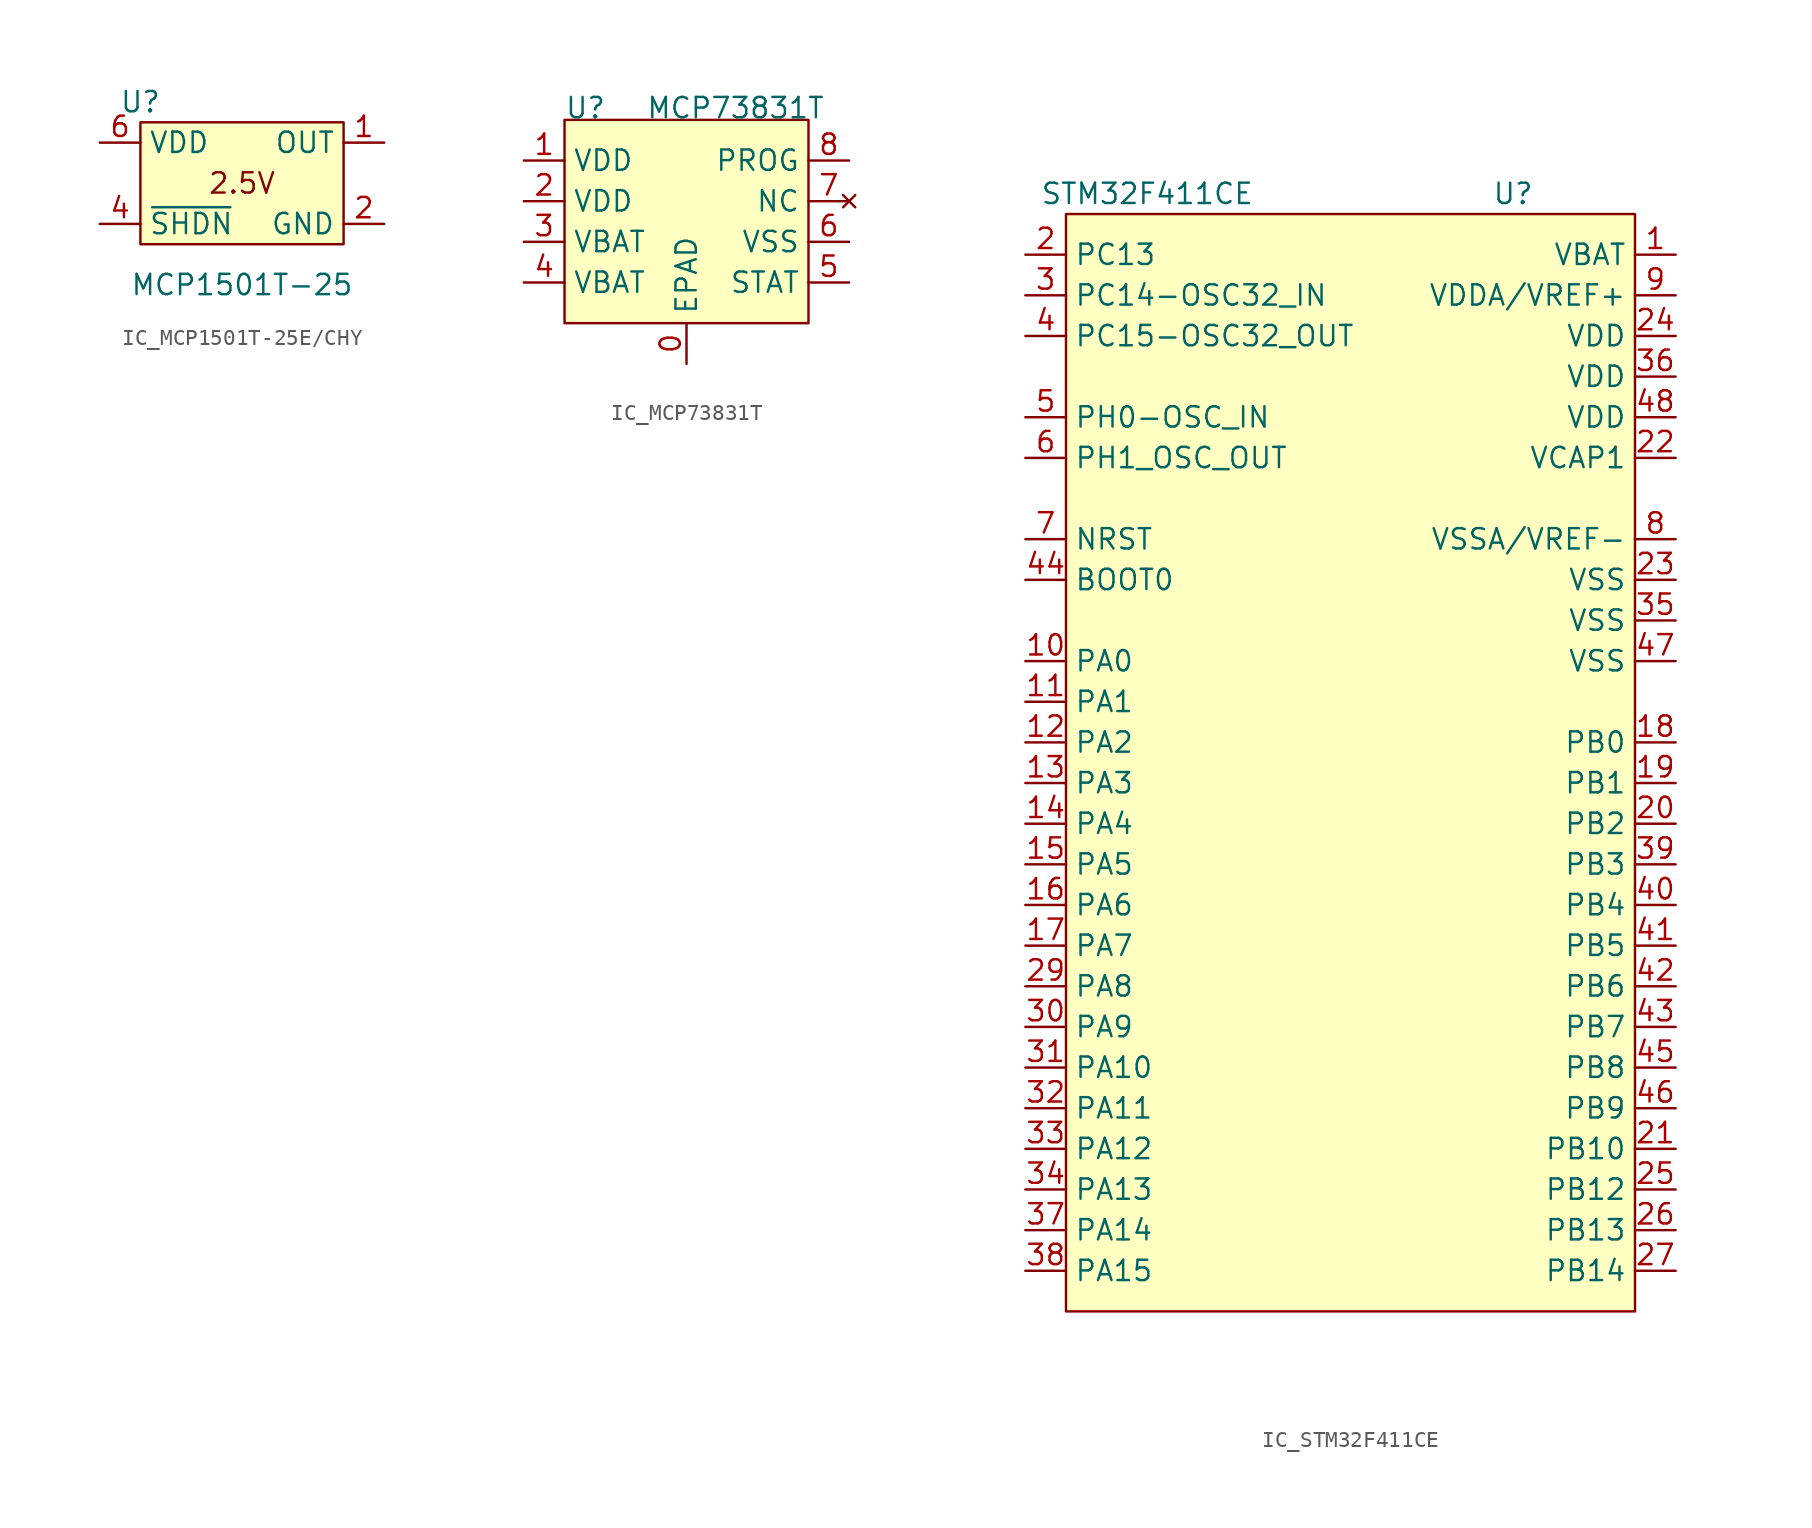
<source format=kicad_sym>
(kicad_symbol_lib
  (version 20220914)
  (generator kicad_symbol_editor)
  (symbol "IC_MCP1501T-25E/CHY"
    (property "Reference" "U"
      (at 0 1.27 0)
      (effects (font (size 1.27 1.27))))
    (property "Value" "MCP1501T-25"
      (at 6.35 -10.16 0)
      (effects (font (size 1.27 1.27))))
    (symbol "IC_MCP1501T-25E/CHY_0_0"
      (rectangle (start 0 0) (end 12.7 -7.62) (stroke (width 0) (type default)) (fill (type background)))
      (text "2.5V" (at 6.35 -3.81 0) (effects (font (size 1.27 1.27)))))
    (symbol "IC_MCP1501T-25E/CHY_1_1"
      (pin passive line (at 15.24 -1.27 180) (length 2.54) (name "OUT" (effects (font (size 1.27 1.27)))) (number "1" (effects (font (size 1.27 1.27)))))
      (pin power_in line (at 15.24 -6.35 180) (length 2.54) (name "GND" (effects (font (size 1.27 1.27)))) (number "2" (effects (font (size 1.27 1.27)))))
      (pin power_in line (at 15.24 -6.35 180) (length 2.54) hide (name "GND" (effects (font (size 1.27 1.27)))) (number "3" (effects (font (size 1.27 1.27)))))
      (pin input line (at -2.54 -6.35 0) (length 2.54) (name "~{SHDN}" (effects (font (size 1.27 1.27)))) (number "4" (effects (font (size 1.27 1.27)))))
      (pin power_in line (at 15.24 -6.35 180) (length 2.54) hide (name "GND" (effects (font (size 1.27 1.27)))) (number "5" (effects (font (size 1.27 1.27)))))
      (pin power_in line (at -2.54 -1.27 0) (length 2.54) (name "VDD" (effects (font (size 1.27 1.27)))) (number "6" (effects (font (size 1.27 1.27)))))))
  (symbol "IC_MCP73831T"
    (property "Reference" "U"
      (at 0 0 0)
      (effects (font (size 1.27 1.27)) (justify left bottom)))
    (property "Value" "MCP73831T"
      (at 5.08 0 0)
      (effects (font (size 1.27 1.27)) (justify left bottom)))
    (symbol "IC_MCP73831T_0_1"
      (rectangle (start 0 0) (end 15.24 -12.7) (stroke (width 0) (type default)) (fill (type background))))
    (symbol "IC_MCP73831T_1_1"
      (pin power_in line (at 7.62 -15.24 90) (length 2.54) (name "EPAD" (effects (font (size 1.27 1.27)))) (number "0" (effects (font (size 1.27 1.27)))))
      (pin power_in line (at -2.54 -2.54 0) (length 2.54) (name "VDD" (effects (font (size 1.27 1.27)))) (number "1" (effects (font (size 1.27 1.27)))))
      (pin power_in line (at -2.54 -5.08 0) (length 2.54) (name "VDD" (effects (font (size 1.27 1.27)))) (number "2" (effects (font (size 1.27 1.27)))))
      (pin power_out line (at -2.54 -7.62 0) (length 2.54) (name "VBAT" (effects (font (size 1.27 1.27)))) (number "3" (effects (font (size 1.27 1.27)))))
      (pin power_out line (at -2.54 -10.16 0) (length 2.54) (name "VBAT" (effects (font (size 1.27 1.27)))) (number "4" (effects (font (size 1.27 1.27)))))
      (pin output line (at 17.78 -10.16 180) (length 2.54) (name "STAT" (effects (font (size 1.27 1.27)))) (number "5" (effects (font (size 1.27 1.27)))))
      (pin power_in line (at 17.78 -7.62 180) (length 2.54) (name "VSS" (effects (font (size 1.27 1.27)))) (number "6" (effects (font (size 1.27 1.27)))))
      (pin no_connect line (at 17.78 -5.08 180) (length 2.54) (name "NC" (effects (font (size 1.27 1.27)))) (number "7" (effects (font (size 1.27 1.27)))))
      (pin input line (at 17.78 -2.54 180) (length 2.54) (name "PROG" (effects (font (size 1.27 1.27)))) (number "8" (effects (font (size 1.27 1.27)))))))
  (symbol "IC_STM32F411CE"
    (property "Reference" "U"
      (at 27.94 1.27 0)
      (effects (font (size 1.27 1.27))))
    (property "Value" "STM32F411CE"
      (at 5.08 1.27 0)
      (effects (font (size 1.27 1.27))))
    (symbol "IC_STM32F411CE_0_1"
      (rectangle (start 0 0) (end 35.56 -68.58) (stroke (width 0) (type default)) (fill (type background))))
    (symbol "IC_STM32F411CE_1_1"
      (pin power_in line (at 38.1 -2.54 180) (length 2.54) (name "VBAT" (effects (font (size 1.27 1.27)))) (number "1" (effects (font (size 1.27 1.27)))))
      (pin bidirectional line (at -2.54 -27.94 0) (length 2.54) (name "PA0" (effects (font (size 1.27 1.27)))) (number "10" (effects (font (size 1.27 1.27)))))
      (pin bidirectional line (at -2.54 -30.48 0) (length 2.54) (name "PA1" (effects (font (size 1.27 1.27)))) (number "11" (effects (font (size 1.27 1.27)))))
      (pin bidirectional line (at -2.54 -33.02 0) (length 2.54) (name "PA2" (effects (font (size 1.27 1.27)))) (number "12" (effects (font (size 1.27 1.27)))))
      (pin bidirectional line (at -2.54 -35.56 0) (length 2.54) (name "PA3" (effects (font (size 1.27 1.27)))) (number "13" (effects (font (size 1.27 1.27)))))
      (pin bidirectional line (at -2.54 -38.1 0) (length 2.54) (name "PA4" (effects (font (size 1.27 1.27)))) (number "14" (effects (font (size 1.27 1.27)))))
      (pin bidirectional line (at -2.54 -40.64 0) (length 2.54) (name "PA5" (effects (font (size 1.27 1.27)))) (number "15" (effects (font (size 1.27 1.27)))))
      (pin bidirectional line (at -2.54 -43.18 0) (length 2.54) (name "PA6" (effects (font (size 1.27 1.27)))) (number "16" (effects (font (size 1.27 1.27)))))
      (pin bidirectional line (at -2.54 -45.72 0) (length 2.54) (name "PA7" (effects (font (size 1.27 1.27)))) (number "17" (effects (font (size 1.27 1.27)))))
      (pin bidirectional line (at 38.1 -33.02 180) (length 2.54) (name "PB0" (effects (font (size 1.27 1.27)))) (number "18" (effects (font (size 1.27 1.27)))))
      (pin bidirectional line (at 38.1 -35.56 180) (length 2.54) (name "PB1" (effects (font (size 1.27 1.27)))) (number "19" (effects (font (size 1.27 1.27)))))
      (pin bidirectional line (at -2.54 -2.54 0) (length 2.54) (name "PC13" (effects (font (size 1.27 1.27)))) (number "2" (effects (font (size 1.27 1.27)))))
      (pin bidirectional line (at 38.1 -38.1 180) (length 2.54) (name "PB2" (effects (font (size 1.27 1.27)))) (number "20" (effects (font (size 1.27 1.27)))))
      (pin bidirectional line (at 38.1 -58.42 180) (length 2.54) (name "PB10" (effects (font (size 1.27 1.27)))) (number "21" (effects (font (size 1.27 1.27)))))
      (pin power_out line (at 38.1 -15.24 180) (length 2.54) (name "VCAP1" (effects (font (size 1.27 1.27)))) (number "22" (effects (font (size 1.27 1.27)))))
      (pin power_in line (at 38.1 -22.86 180) (length 2.54) (name "VSS" (effects (font (size 1.27 1.27)))) (number "23" (effects (font (size 1.27 1.27)))))
      (pin power_in line (at 38.1 -7.62 180) (length 2.54) (name "VDD" (effects (font (size 1.27 1.27)))) (number "24" (effects (font (size 1.27 1.27)))))
      (pin bidirectional line (at 38.1 -60.96 180) (length 2.54) (name "PB12" (effects (font (size 1.27 1.27)))) (number "25" (effects (font (size 1.27 1.27)))))
      (pin bidirectional line (at 38.1 -63.5 180) (length 2.54) (name "PB13" (effects (font (size 1.27 1.27)))) (number "26" (effects (font (size 1.27 1.27)))))
      (pin bidirectional line (at 38.1 -66.04 180) (length 2.54) (name "PB14" (effects (font (size 1.27 1.27)))) (number "27" (effects (font (size 1.27 1.27)))))
      (pin bidirectional line (at -2.54 -48.26 0) (length 2.54) (name "PA8" (effects (font (size 1.27 1.27)))) (number "29" (effects (font (size 1.27 1.27)))))
      (pin bidirectional line (at -2.54 -5.08 0) (length 2.54) (name "PC14-OSC32_IN" (effects (font (size 1.27 1.27)))) (number "3" (effects (font (size 1.27 1.27)))))
      (pin bidirectional line (at -2.54 -50.8 0) (length 2.54) (name "PA9" (effects (font (size 1.27 1.27)))) (number "30" (effects (font (size 1.27 1.27)))))
      (pin bidirectional line (at -2.54 -53.34 0) (length 2.54) (name "PA10" (effects (font (size 1.27 1.27)))) (number "31" (effects (font (size 1.27 1.27)))))
      (pin bidirectional line (at -2.54 -55.88 0) (length 2.54) (name "PA11" (effects (font (size 1.27 1.27)))) (number "32" (effects (font (size 1.27 1.27)))))
      (pin bidirectional line (at -2.54 -58.42 0) (length 2.54) (name "PA12" (effects (font (size 1.27 1.27)))) (number "33" (effects (font (size 1.27 1.27)))))
      (pin bidirectional line (at -2.54 -60.96 0) (length 2.54) (name "PA13" (effects (font (size 1.27 1.27)))) (number "34" (effects (font (size 1.27 1.27)))))
      (pin power_in line (at 38.1 -25.4 180) (length 2.54) (name "VSS" (effects (font (size 1.27 1.27)))) (number "35" (effects (font (size 1.27 1.27)))))
      (pin power_in line (at 38.1 -10.16 180) (length 2.54) (name "VDD" (effects (font (size 1.27 1.27)))) (number "36" (effects (font (size 1.27 1.27)))))
      (pin bidirectional line (at -2.54 -63.5 0) (length 2.54) (name "PA14" (effects (font (size 1.27 1.27)))) (number "37" (effects (font (size 1.27 1.27)))))
      (pin bidirectional line (at -2.54 -66.04 0) (length 2.54) (name "PA15" (effects (font (size 1.27 1.27)))) (number "38" (effects (font (size 1.27 1.27)))))
      (pin bidirectional line (at 38.1 -40.64 180) (length 2.54) (name "PB3" (effects (font (size 1.27 1.27)))) (number "39" (effects (font (size 1.27 1.27)))))
      (pin bidirectional line (at -2.54 -7.62 0) (length 2.54) (name "PC15-OSC32_OUT" (effects (font (size 1.27 1.27)))) (number "4" (effects (font (size 1.27 1.27)))))
      (pin bidirectional line (at 38.1 -43.18 180) (length 2.54) (name "PB4" (effects (font (size 1.27 1.27)))) (number "40" (effects (font (size 1.27 1.27)))))
      (pin bidirectional line (at 38.1 -45.72 180) (length 2.54) (name "PB5" (effects (font (size 1.27 1.27)))) (number "41" (effects (font (size 1.27 1.27)))))
      (pin bidirectional line (at 38.1 -48.26 180) (length 2.54) (name "PB6" (effects (font (size 1.27 1.27)))) (number "42" (effects (font (size 1.27 1.27)))))
      (pin bidirectional line (at 38.1 -50.8 180) (length 2.54) (name "PB7" (effects (font (size 1.27 1.27)))) (number "43" (effects (font (size 1.27 1.27)))))
      (pin bidirectional line (at -2.54 -22.86 0) (length 2.54) (name "BOOT0" (effects (font (size 1.27 1.27)))) (number "44" (effects (font (size 1.27 1.27)))))
      (pin bidirectional line (at 38.1 -53.34 180) (length 2.54) (name "PB8" (effects (font (size 1.27 1.27)))) (number "45" (effects (font (size 1.27 1.27)))))
      (pin bidirectional line (at 38.1 -55.88 180) (length 2.54) (name "PB9" (effects (font (size 1.27 1.27)))) (number "46" (effects (font (size 1.27 1.27)))))
      (pin power_in line (at 38.1 -27.94 180) (length 2.54) (name "VSS" (effects (font (size 1.27 1.27)))) (number "47" (effects (font (size 1.27 1.27)))))
      (pin power_in line (at 38.1 -12.7 180) (length 2.54) (name "VDD" (effects (font (size 1.27 1.27)))) (number "48" (effects (font (size 1.27 1.27)))))
      (pin bidirectional line (at -2.54 -12.7 0) (length 2.54) (name "PH0-OSC_IN" (effects (font (size 1.27 1.27)))) (number "5" (effects (font (size 1.27 1.27)))))
      (pin bidirectional line (at -2.54 -15.24 0) (length 2.54) (name "PH1_OSC_OUT" (effects (font (size 1.27 1.27)))) (number "6" (effects (font (size 1.27 1.27)))))
      (pin input line (at -2.54 -20.32 0) (length 2.54) (name "NRST" (effects (font (size 1.27 1.27)))) (number "7" (effects (font (size 1.27 1.27)))))
      (pin power_in line (at 38.1 -20.32 180) (length 2.54) (name "VSSA/VREF-" (effects (font (size 1.27 1.27)))) (number "8" (effects (font (size 1.27 1.27)))))
      (pin power_in line (at 38.1 -5.08 180) (length 2.54) (name "VDDA/VREF+" (effects (font (size 1.27 1.27)))) (number "9" (effects (font (size 1.27 1.27))))))))
</source>
